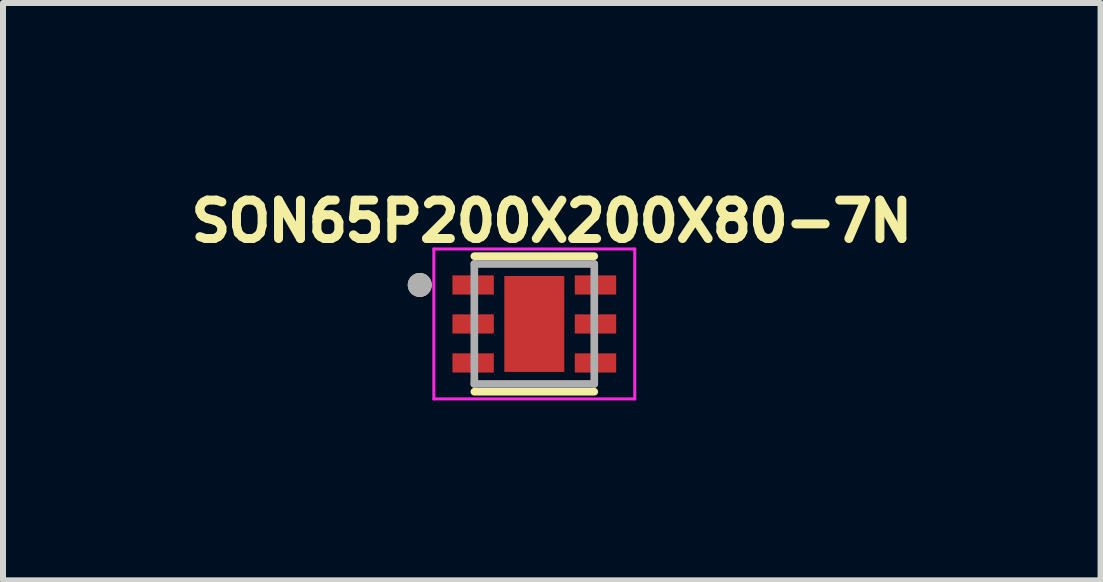
<source format=kicad_pcb>
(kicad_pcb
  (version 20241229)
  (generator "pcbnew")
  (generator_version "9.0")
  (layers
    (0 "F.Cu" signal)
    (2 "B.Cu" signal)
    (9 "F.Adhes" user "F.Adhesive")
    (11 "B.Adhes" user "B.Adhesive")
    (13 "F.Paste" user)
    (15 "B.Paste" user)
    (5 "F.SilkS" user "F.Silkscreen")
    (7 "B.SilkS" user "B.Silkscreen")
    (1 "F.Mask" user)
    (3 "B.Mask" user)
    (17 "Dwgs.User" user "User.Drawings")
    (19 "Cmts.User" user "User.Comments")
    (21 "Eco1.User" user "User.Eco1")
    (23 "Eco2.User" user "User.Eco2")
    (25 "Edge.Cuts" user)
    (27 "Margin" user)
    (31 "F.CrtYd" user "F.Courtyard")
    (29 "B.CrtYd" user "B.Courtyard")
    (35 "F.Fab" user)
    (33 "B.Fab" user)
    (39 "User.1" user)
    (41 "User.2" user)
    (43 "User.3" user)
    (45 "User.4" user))
  (footprint "SON65P200X200X80-7N"
    (layer "F.Cu")
    (at 5.858 2.351)
    (property "Reference" "SON65P200X200X80-7N" (at 0.292 -1.713 0) (layer "F.SilkS") (effects (font (size 0.64 0.64) (thickness 0.15))))
    (attr smd)
    (fp_line (start -1 -1.13) (end 1 -1.13) (stroke (width 0.127) (type solid)) (layer "F.SilkS"))
    (fp_line (start -1 1.13) (end 1 1.13) (stroke (width 0.127) (type solid)) (layer "F.SilkS"))
    (fp_circle (center -1.91 -0.65) (end -1.81 -0.65) (stroke (width 0.2) (type solid)) (fill no) (layer "F.SilkS"))
    (fp_poly (pts (xy -0.316 -0.506) (xy 0.316 -0.506) (xy 0.316 0.506) (xy -0.316 0.506)) (stroke (width 0.01) (type solid)) (fill yes) (layer "F.Paste"))
    (fp_line (start -1.675 -1.25) (end -1.675 1.25) (stroke (width 0.05) (type solid)) (layer "F.CrtYd"))
    (fp_line (start -1.675 -1.25) (end 1.675 -1.25) (stroke (width 0.05) (type solid)) (layer "F.CrtYd"))
    (fp_line (start -1.675 1.25) (end 1.675 1.25) (stroke (width 0.05) (type solid)) (layer "F.CrtYd"))
    (fp_line (start 1.675 -1.25) (end 1.675 1.25) (stroke (width 0.05) (type solid)) (layer "F.CrtYd"))
    (fp_line (start -1 -1) (end -1 1) (stroke (width 0.127) (type solid)) (layer "F.Fab"))
    (fp_line (start -1 -1) (end 1 -1) (stroke (width 0.127) (type solid)) (layer "F.Fab"))
    (fp_line (start -1 1) (end 1 1) (stroke (width 0.127) (type solid)) (layer "F.Fab"))
    (fp_line (start 1 -1) (end 1 1) (stroke (width 0.127) (type solid)) (layer "F.Fab"))
    (fp_circle (center -1.91 -0.65) (end -1.81 -0.65) (stroke (width 0.2) (type solid)) (fill no) (layer "F.Fab"))
    (pad "1" smd rect (at -1.02 -0.65) (size 0.69 0.32) (layers "F.Cu" "F.Mask" "F.Paste"))
    (pad "2" smd rect (at -1.02 0) (size 0.69 0.32) (layers "F.Cu" "F.Mask" "F.Paste"))
    (pad "3" smd rect (at -1.02 0.65) (size 0.69 0.32) (layers "F.Cu" "F.Mask" "F.Paste"))
    (pad "4" smd rect (at 1.02 0.65) (size 0.69 0.32) (layers "F.Cu" "F.Mask" "F.Paste"))
    (pad "5" smd rect (at 1.02 0) (size 0.69 0.32) (layers "F.Cu" "F.Mask" "F.Paste"))
    (pad "6" smd rect (at 1.02 -0.65) (size 0.69 0.32) (layers "F.Cu" "F.Mask" "F.Paste"))
    (pad "7" smd rect (at 0 0) (size 1 1.6) (layers "F.Cu" "F.Mask")))
  (gr_rect
    (start -3 -3)
    (end 15.299 6.626)
    (stroke (width 0.1) (type default))
    (fill no)
    (layer "Edge.Cuts")))
</source>
